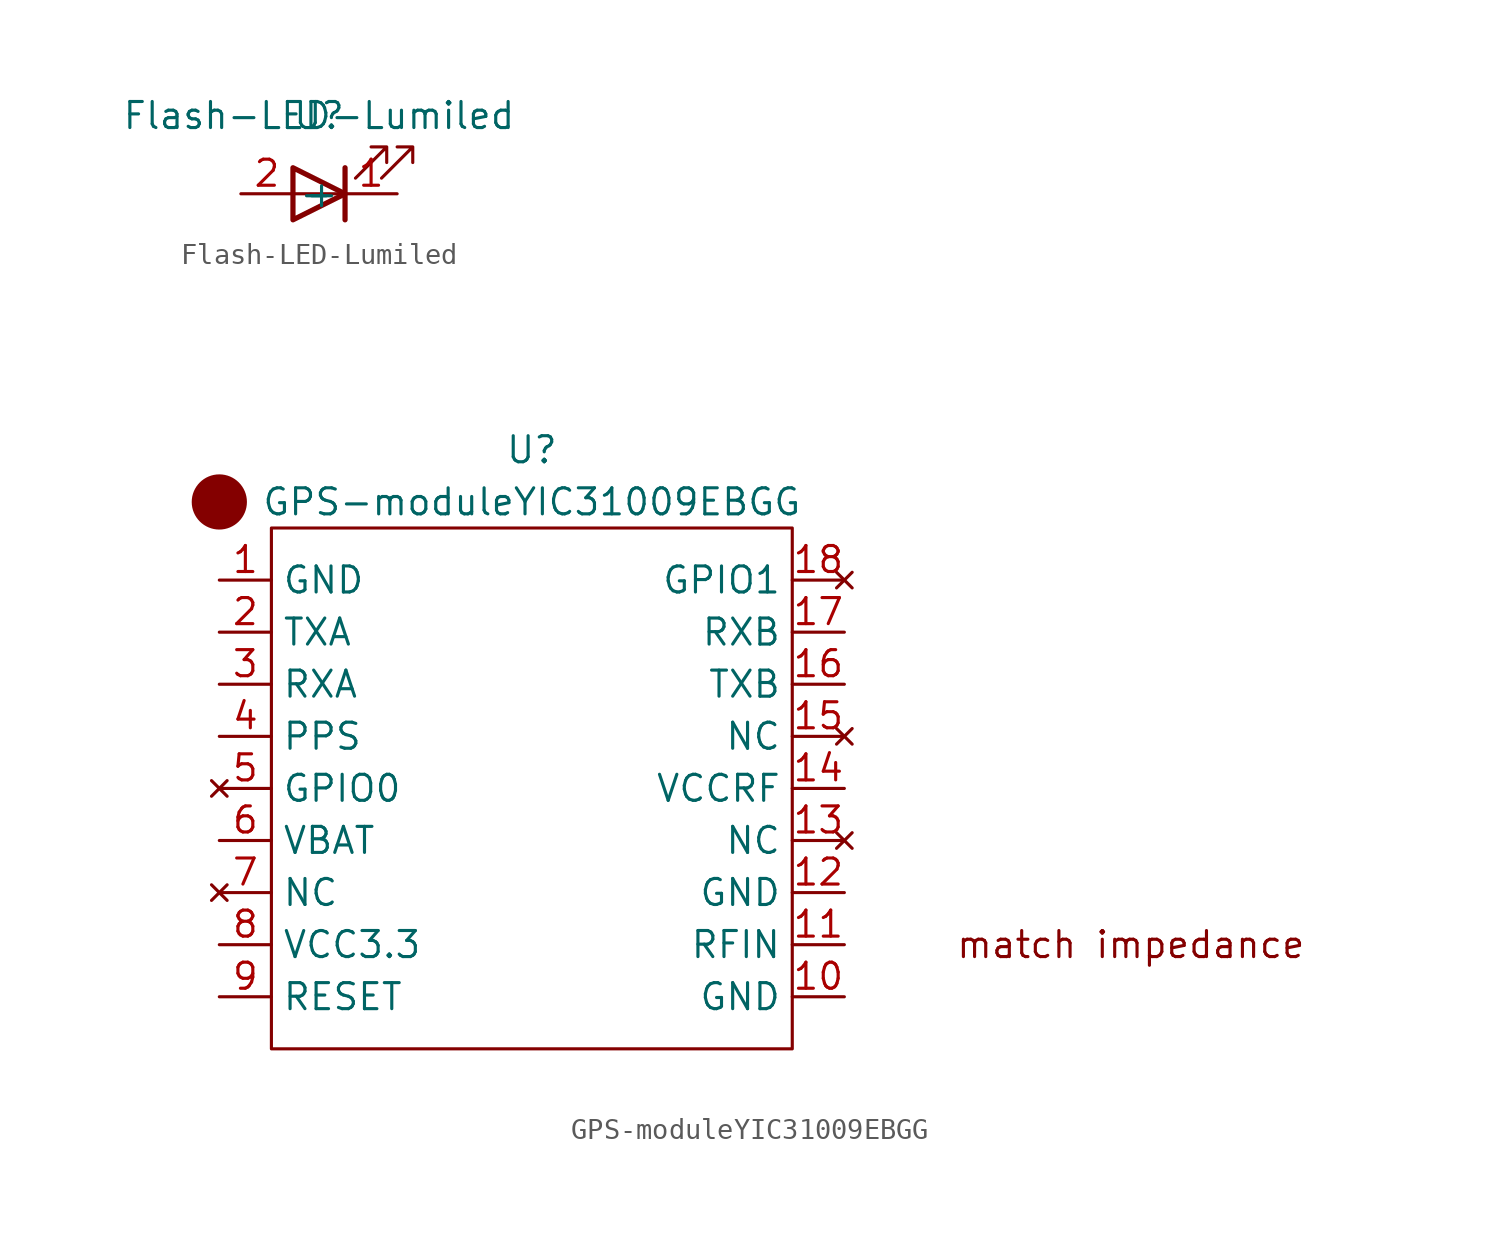
<source format=kicad_sym>
(kicad_symbol_lib
  (version 20211014)
  (generator kicad_symbol_editor)
  (symbol "Flash-LED-Lumiled"
    (property "Reference" "U"
      (at 0 0 0)
      (effects (font (size 1.27 1.27))))
    (property "Value" "Flash-LED-Lumiled"
      (at 0 0 0)
      (effects (font (size 1.27 1.27))))
    (symbol "Flash-LED-Lumiled_0_1"
      (polyline (pts (xy 1.27 -3.81) (xy -1.27 -3.81)) (stroke (width 0) (type default) (color 0 0 0 0)) (fill (type none)))
      (polyline (pts (xy 1.27 -2.54) (xy 1.27 -5.08)) (stroke (width 0.254) (type default) (color 0 0 0 0)) (fill (type none)))
      (polyline (pts (xy -1.27 -2.54) (xy -1.27 -5.08) (xy 1.27 -3.81) (xy -1.27 -2.54)) (stroke (width 0.254) (type default) (color 0 0 0 0)) (fill (type none)))
      (polyline (pts (xy 1.778 -3.048) (xy 3.302 -1.524) (xy 2.54 -1.524) (xy 3.302 -1.524) (xy 3.302 -2.286)) (stroke (width 0) (type default) (color 0 0 0 0)) (fill (type none)))
      (polyline (pts (xy 3.048 -3.048) (xy 4.572 -1.524) (xy 3.81 -1.524) (xy 4.572 -1.524) (xy 4.572 -2.286)) (stroke (width 0) (type default) (color 0 0 0 0)) (fill (type none))))
    (symbol "Flash-LED-Lumiled_1_1"
      (pin power_in line (at 3.81 -3.81 180) (length 2.54) (name "-" (effects (font (size 1.27 1.27)))) (number "1" (effects (font (size 1.27 1.27)))))
      (pin power_in line (at -3.81 -3.81 0) (length 2.54) (name "+" (effects (font (size 1.27 1.27)))) (number "2" (effects (font (size 1.27 1.27)))))))
  (symbol "GPS-moduleYIC31009EBGG"
    (property "Reference" "U"
      (at 0 1.27 0)
      (effects (font (size 1.27 1.27))))
    (property "Value" "GPS-moduleYIC31009EBGG"
      (at 0 -1.27 0)
      (effects (font (size 1.27 1.27))))
    (symbol "GPS-moduleYIC31009EBGG_0_0"
      (text "match impedance" (at 29.21 -22.86 0) (effects (font (size 1.27 1.27)))))
    (symbol "GPS-moduleYIC31009EBGG_0_1"
      (circle (center -15.24 -1.27) (radius 1.27) (stroke (width 0) (type default) (color 0 0 0 0)) (fill (type outline)))
      (rectangle (start -12.7 -2.54) (end 12.7 -27.94) (stroke (width 0) (type default) (color 0 0 0 0)) (fill (type none))))
    (symbol "GPS-moduleYIC31009EBGG_1_1"
      (pin power_in line (at -15.24 -5.08 0) (length 2.54) (name "GND" (effects (font (size 1.27 1.27)))) (number "1" (effects (font (size 1.27 1.27)))))
      (pin power_in line (at 15.24 -25.4 180) (length 2.54) (name "GND" (effects (font (size 1.27 1.27)))) (number "10" (effects (font (size 1.27 1.27)))))
      (pin unspecified line (at 15.24 -22.86 180) (length 2.54) (name "RFIN" (effects (font (size 1.27 1.27)))) (number "11" (effects (font (size 1.27 1.27)))))
      (pin unspecified line (at 15.24 -20.32 180) (length 2.54) (name "GND" (effects (font (size 1.27 1.27)))) (number "12" (effects (font (size 1.27 1.27)))))
      (pin no_connect line (at 15.24 -17.78 180) (length 2.54) (name "NC" (effects (font (size 1.27 1.27)))) (number "13" (effects (font (size 1.27 1.27)))))
      (pin unspecified line (at 15.24 -15.24 180) (length 2.54) (name "VCCRF" (effects (font (size 1.27 1.27)))) (number "14" (effects (font (size 1.27 1.27)))))
      (pin no_connect line (at 15.24 -12.7 180) (length 2.54) (name "NC" (effects (font (size 1.27 1.27)))) (number "15" (effects (font (size 1.27 1.27)))))
      (pin unspecified line (at 15.24 -10.16 180) (length 2.54) (name "TXB" (effects (font (size 1.27 1.27)))) (number "16" (effects (font (size 1.27 1.27)))))
      (pin bidirectional line (at 15.24 -7.62 180) (length 2.54) (name "RXB" (effects (font (size 1.27 1.27)))) (number "17" (effects (font (size 1.27 1.27)))))
      (pin no_connect line (at 15.24 -5.08 180) (length 2.54) (name "GPIO1" (effects (font (size 1.27 1.27)))) (number "18" (effects (font (size 1.27 1.27)))))
      (pin bidirectional line (at -15.24 -7.62 0) (length 2.54) (name "TXA" (effects (font (size 1.27 1.27)))) (number "2" (effects (font (size 1.27 1.27)))))
      (pin bidirectional line (at -15.24 -10.16 0) (length 2.54) (name "RXA" (effects (font (size 1.27 1.27)))) (number "3" (effects (font (size 1.27 1.27)))))
      (pin unspecified line (at -15.24 -12.7 0) (length 2.54) (name "PPS" (effects (font (size 1.27 1.27)))) (number "4" (effects (font (size 1.27 1.27)))))
      (pin no_connect line (at -15.24 -15.24 0) (length 2.54) (name "GPIO0" (effects (font (size 1.27 1.27)))) (number "5" (effects (font (size 1.27 1.27)))))
      (pin unspecified line (at -15.24 -17.78 0) (length 2.54) (name "VBAT" (effects (font (size 1.27 1.27)))) (number "6" (effects (font (size 1.27 1.27)))))
      (pin no_connect line (at -15.24 -20.32 0) (length 2.54) (name "NC" (effects (font (size 1.27 1.27)))) (number "7" (effects (font (size 1.27 1.27)))))
      (pin power_in line (at -15.24 -22.86 0) (length 2.54) (name "VCC3.3" (effects (font (size 1.27 1.27)))) (number "8" (effects (font (size 1.27 1.27)))))
      (pin unspecified line (at -15.24 -25.4 0) (length 2.54) (name "RESET" (effects (font (size 1.27 1.27)))) (number "9" (effects (font (size 1.27 1.27))))))))
</source>
